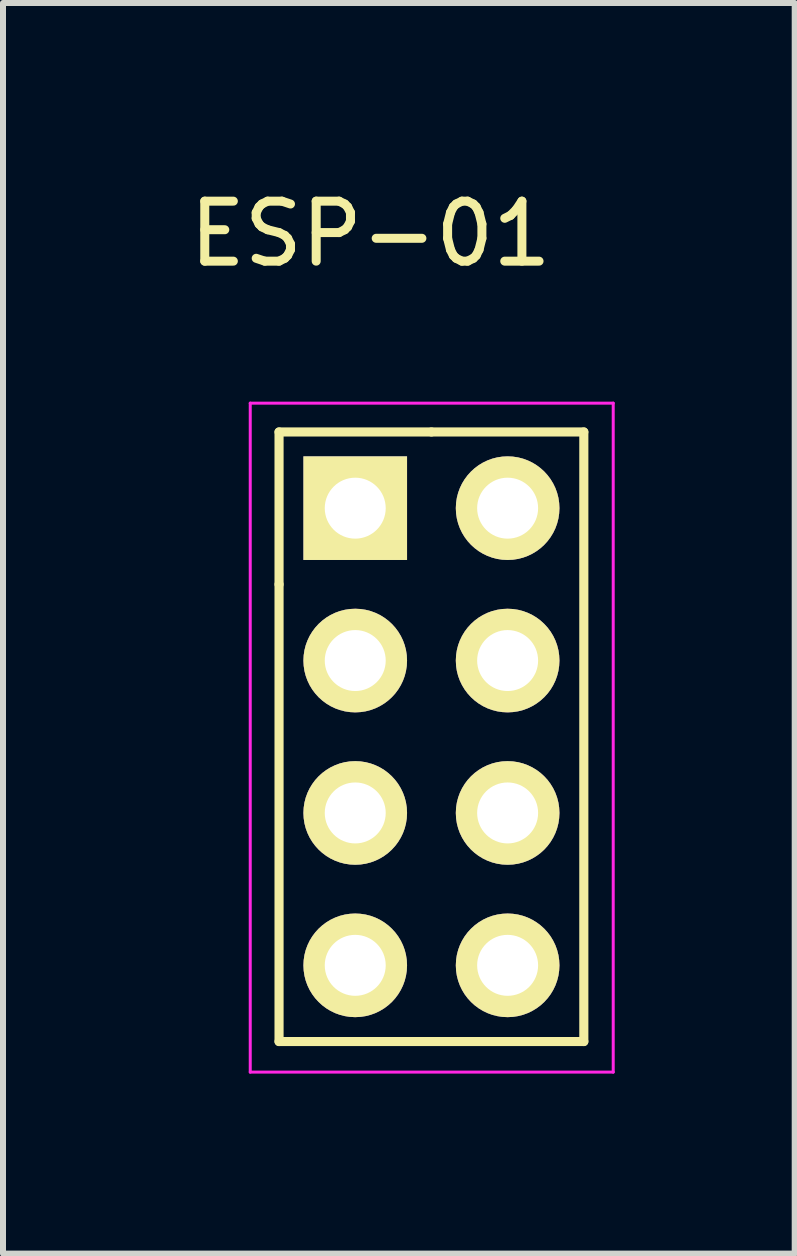
<source format=kicad_pcb>
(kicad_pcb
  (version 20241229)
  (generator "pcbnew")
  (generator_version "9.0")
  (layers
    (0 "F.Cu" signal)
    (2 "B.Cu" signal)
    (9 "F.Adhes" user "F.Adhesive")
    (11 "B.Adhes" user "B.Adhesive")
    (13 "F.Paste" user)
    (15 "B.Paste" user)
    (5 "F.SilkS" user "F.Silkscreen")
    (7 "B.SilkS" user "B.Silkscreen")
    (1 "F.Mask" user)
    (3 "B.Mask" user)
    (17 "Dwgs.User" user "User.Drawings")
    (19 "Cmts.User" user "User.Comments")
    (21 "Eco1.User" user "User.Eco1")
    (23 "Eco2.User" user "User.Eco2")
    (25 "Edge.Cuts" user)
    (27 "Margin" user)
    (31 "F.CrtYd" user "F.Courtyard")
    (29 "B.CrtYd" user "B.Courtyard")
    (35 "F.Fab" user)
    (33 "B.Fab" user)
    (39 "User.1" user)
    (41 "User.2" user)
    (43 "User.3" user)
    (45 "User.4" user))
  (footprint "ESP-01"
    (layer "F.Cu")
    (at 2.871 5.42)
    (property "Reference" "ESP-01" (at 0.254 -4.572 0) (layer "F.SilkS") (effects (font (size 1 1) (thickness 0.15))))
    (attr through_hole)
    (fp_line (start -1.27 -1.27) (end -1.27 1.27) (stroke (width 0.152) (type solid)) (layer "F.SilkS"))
    (fp_line (start -1.27 1.27) (end -1.27 8.89) (stroke (width 0.152) (type solid)) (layer "F.SilkS"))
    (fp_line (start -1.27 8.89) (end 3.81 8.89) (stroke (width 0.152) (type solid)) (layer "F.SilkS"))
    (fp_line (start 1.27 -1.27) (end -1.27 -1.27) (stroke (width 0.152) (type solid)) (layer "F.SilkS"))
    (fp_line (start 3.81 -1.27) (end 1.27 -1.27) (stroke (width 0.152) (type solid)) (layer "F.SilkS"))
    (fp_line (start 3.81 8.89) (end 3.81 -1.27) (stroke (width 0.152) (type solid)) (layer "F.SilkS"))
    (fp_line (start -1.75 -1.75) (end -1.75 9.4) (stroke (width 0.05) (type solid)) (layer "F.CrtYd"))
    (fp_line (start -1.75 -1.75) (end 4.3 -1.75) (stroke (width 0.05) (type solid)) (layer "F.CrtYd"))
    (fp_line (start -1.75 9.4) (end 4.3 9.4) (stroke (width 0.05) (type solid)) (layer "F.CrtYd"))
    (fp_line (start 4.3 -1.75) (end 4.3 9.4) (stroke (width 0.05) (type solid)) (layer "F.CrtYd"))
    (pad "1" thru_hole rect (at 0 0) (size 1.727 1.727) (drill 1.016) (layers "*.Cu" "*.Mask" "F.SilkS"))
    (pad "2" thru_hole oval (at 2.54 0) (size 1.727 1.727) (drill 1.016) (layers "*.Cu" "*.Mask" "F.SilkS"))
    (pad "3" thru_hole oval (at 0 2.54) (size 1.727 1.727) (drill 1.016) (layers "*.Cu" "*.Mask" "F.SilkS"))
    (pad "4" thru_hole oval (at 2.54 2.54) (size 1.727 1.727) (drill 1.016) (layers "*.Cu" "*.Mask" "F.SilkS"))
    (pad "5" thru_hole oval (at 0 5.08) (size 1.727 1.727) (drill 1.016) (layers "*.Cu" "*.Mask" "F.SilkS"))
    (pad "6" thru_hole oval (at 2.54 5.08) (size 1.727 1.727) (drill 1.016) (layers "*.Cu" "*.Mask" "F.SilkS"))
    (pad "7" thru_hole oval (at 0 7.62) (size 1.727 1.727) (drill 1.016) (layers "*.Cu" "*.Mask" "F.SilkS"))
    (pad "8" thru_hole oval (at 2.54 7.62) (size 1.727 1.727) (drill 1.016) (layers "*.Cu" "*.Mask" "F.SilkS")))
  (gr_rect
    (start -3 -3)
    (end 10.196 17.845)
    (stroke (width 0.1) (type default))
    (fill no)
    (layer "Edge.Cuts")))
</source>
